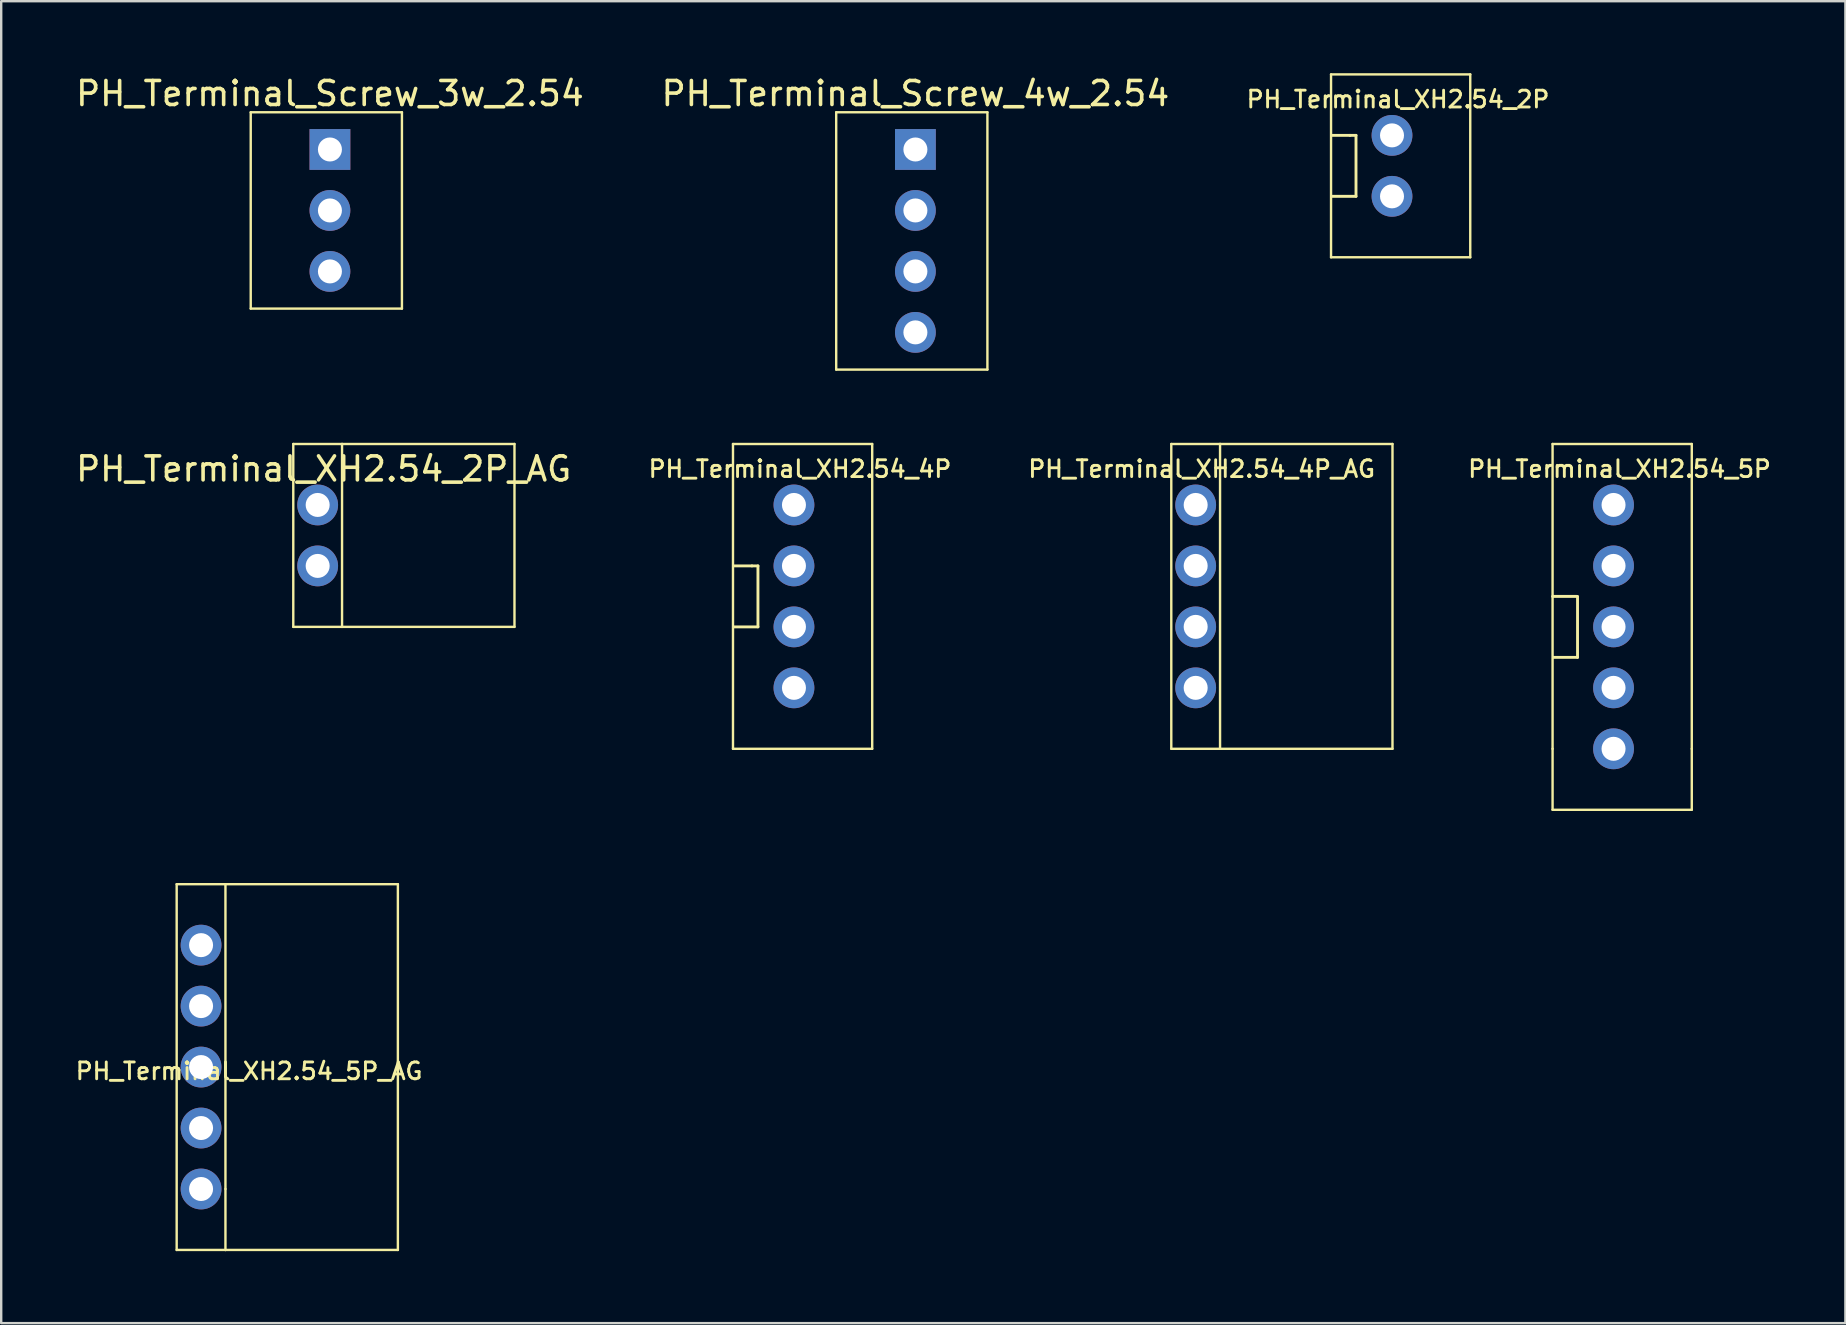
<source format=kicad_pcb>
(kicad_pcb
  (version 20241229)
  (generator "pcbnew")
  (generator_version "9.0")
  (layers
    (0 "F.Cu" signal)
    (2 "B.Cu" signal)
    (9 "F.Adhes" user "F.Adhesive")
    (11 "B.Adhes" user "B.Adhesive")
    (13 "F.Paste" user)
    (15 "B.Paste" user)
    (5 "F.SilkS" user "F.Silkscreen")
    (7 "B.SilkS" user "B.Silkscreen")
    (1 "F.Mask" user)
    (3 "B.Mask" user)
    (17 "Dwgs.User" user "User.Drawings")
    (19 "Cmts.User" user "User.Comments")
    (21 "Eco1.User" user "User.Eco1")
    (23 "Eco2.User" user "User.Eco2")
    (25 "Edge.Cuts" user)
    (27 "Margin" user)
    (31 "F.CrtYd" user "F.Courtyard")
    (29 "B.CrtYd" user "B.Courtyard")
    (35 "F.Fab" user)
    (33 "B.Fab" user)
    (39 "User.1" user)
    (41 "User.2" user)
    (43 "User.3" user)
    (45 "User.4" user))
  (footprint "PH_Terminal_XH2.54_4P"
    (layer "F.Cu")
    (at 30.029 17.988)
    (property "Reference" "PH_Terminal_XH2.54_4P" (at 0.25 -1.5 0) (layer "F.SilkS") (effects (font (size 0.7 0.7) (thickness 0.12))))
    (attr through_hole)
    (fp_line (start -2.54 -2.54) (end 3.26 -2.54) (stroke (width 0.1) (type solid)) (layer "F.SilkS"))
    (fp_line (start -2.54 10.16) (end -2.54 -2.54) (stroke (width 0.1) (type solid)) (layer "F.SilkS"))
    (fp_line (start -2.5 2.54) (end -1.75 2.54) (stroke (width 0.12) (type solid)) (layer "F.SilkS"))
    (fp_line (start -1.75 2.54) (end -1.5 2.54) (stroke (width 0.12) (type solid)) (layer "F.SilkS"))
    (fp_line (start -1.5 2.54) (end -1.5 5.08) (stroke (width 0.12) (type solid)) (layer "F.SilkS"))
    (fp_line (start -1.5 5.08) (end -2.5 5.08) (stroke (width 0.12) (type solid)) (layer "F.SilkS"))
    (fp_line (start 3.26 -2.54) (end 3.26 10.16) (stroke (width 0.1) (type solid)) (layer "F.SilkS"))
    (fp_line (start 3.26 10.16) (end -2.54 10.16) (stroke (width 0.1) (type solid)) (layer "F.SilkS"))
    (pad "1" thru_hole circle (at 0 0) (size 1.7 1.7) (drill 1) (layers "*.Cu" "*.Mask"))
    (pad "2" thru_hole oval (at 0 2.54) (size 1.7 1.7) (drill 1) (layers "*.Cu" "*.Mask"))
    (pad "3" thru_hole oval (at 0 5.08) (size 1.7 1.7) (drill 1) (layers "*.Cu" "*.Mask"))
    (pad "4" thru_hole oval (at 0 7.62) (size 1.7 1.7) (drill 1) (layers "*.Cu" "*.Mask")))
  (footprint "PH_Terminal_Screw_4w_2.54"
    (layer "F.Cu")
    (at 35.089 3.178)
    (property "Reference" "PH_Terminal_Screw_4w_2.54" (at 0 -2.33 0) (layer "F.SilkS") (effects (font (size 1 1) (thickness 0.15))))
    (attr through_hole)
    (fp_line (start -3.3 -1.55) (end 3 -1.55) (stroke (width 0.1) (type solid)) (layer "F.SilkS"))
    (fp_line (start -3.3 9.17) (end -3.3 -1.55) (stroke (width 0.1) (type solid)) (layer "F.SilkS"))
    (fp_line (start 3 -1.55) (end 3 9.17) (stroke (width 0.1) (type solid)) (layer "F.SilkS"))
    (fp_line (start 3 9.17) (end -3.3 9.17) (stroke (width 0.1) (type solid)) (layer "F.SilkS"))
    (pad "1" thru_hole rect (at 0 0) (size 1.7 1.7) (drill 1) (layers "*.Cu" "*.Mask"))
    (pad "2" thru_hole oval (at 0 2.54) (size 1.7 1.7) (drill 1) (layers "*.Cu" "*.Mask"))
    (pad "3" thru_hole oval (at 0 5.08) (size 1.7 1.7) (drill 1) (layers "*.Cu" "*.Mask"))
    (pad "4" thru_hole oval (at 0 7.62) (size 1.7 1.7) (drill 1) (layers "*.Cu" "*.Mask")))
  (footprint "PH_Terminal_XH2.54_4P_AG"
    (layer "F.Cu")
    (at 46.766 17.988)
    (property "Reference" "PH_Terminal_XH2.54_4P_AG" (at 0.25 -1.5 0) (layer "F.SilkS") (effects (font (size 0.7 0.7) (thickness 0.12))))
    (attr through_hole)
    (fp_line (start -1.016 -2.54) (end -1.016 10.16) (stroke (width 0.1) (type solid)) (layer "F.SilkS"))
    (fp_line (start -1.016 10.16) (end 1.016 10.16) (stroke (width 0.1) (type solid)) (layer "F.SilkS"))
    (fp_line (start 1.016 -2.54) (end -1.016 -2.54) (stroke (width 0.1) (type solid)) (layer "F.SilkS"))
    (fp_line (start 1.016 -2.54) (end 8.2 -2.54) (stroke (width 0.1) (type solid)) (layer "F.SilkS"))
    (fp_line (start 1.016 10.16) (end 1.016 -2.54) (stroke (width 0.1) (type solid)) (layer "F.SilkS"))
    (fp_line (start 8.2 -2.54) (end 8.2 10.16) (stroke (width 0.1) (type solid)) (layer "F.SilkS"))
    (fp_line (start 8.2 10.16) (end 1.016 10.16) (stroke (width 0.1) (type solid)) (layer "F.SilkS"))
    (pad "1" thru_hole circle (at 0 0) (size 1.7 1.7) (drill 1) (layers "*.Cu" "*.Mask"))
    (pad "2" thru_hole oval (at 0 2.54) (size 1.7 1.7) (drill 1) (layers "*.Cu" "*.Mask"))
    (pad "3" thru_hole oval (at 0 5.08) (size 1.7 1.7) (drill 1) (layers "*.Cu" "*.Mask"))
    (pad "4" thru_hole oval (at 0 7.62) (size 1.7 1.7) (drill 1) (layers "*.Cu" "*.Mask")))
  (footprint "PH_Terminal_XH2.54_5P"
    (layer "F.Cu")
    (at 64.176 17.988)
    (property "Reference" "PH_Terminal_XH2.54_5P" (at 0.25 -1.5 0) (layer "F.SilkS") (effects (font (size 0.7 0.7) (thickness 0.12))))
    (attr through_hole)
    (fp_line (start -2.54 -2.54) (end 3.26 -2.54) (stroke (width 0.1) (type solid)) (layer "F.SilkS"))
    (fp_line (start -2.54 10.16) (end -2.54 -2.54) (stroke (width 0.1) (type solid)) (layer "F.SilkS"))
    (fp_line (start -2.54 10.16) (end -2.54 12.7) (stroke (width 0.1) (type solid)) (layer "F.SilkS"))
    (fp_line (start -1.524 3.81) (end -2.54 3.81) (stroke (width 0.12) (type solid)) (layer "F.SilkS"))
    (fp_line (start -1.5 3.81) (end -1.5 6.35) (stroke (width 0.12) (type solid)) (layer "F.SilkS"))
    (fp_line (start -1.5 6.35) (end -2.5 6.35) (stroke (width 0.12) (type solid)) (layer "F.SilkS"))
    (fp_line (start 3.26 -2.54) (end 3.26 10.16) (stroke (width 0.1) (type solid)) (layer "F.SilkS"))
    (fp_line (start 3.26 12.7) (end -2.54 12.7) (stroke (width 0.1) (type solid)) (layer "F.SilkS"))
    (fp_line (start 3.26 12.7) (end 3.26 10.16) (stroke (width 0.1) (type solid)) (layer "F.SilkS"))
    (pad "1" thru_hole circle (at 0 0) (size 1.7 1.7) (drill 1) (layers "*.Cu" "*.Mask"))
    (pad "2" thru_hole oval (at 0 2.54) (size 1.7 1.7) (drill 1) (layers "*.Cu" "*.Mask"))
    (pad "3" thru_hole oval (at 0 5.08) (size 1.7 1.7) (drill 1) (layers "*.Cu" "*.Mask"))
    (pad "4" thru_hole oval (at 0 7.62) (size 1.7 1.7) (drill 1) (layers "*.Cu" "*.Mask"))
    (pad "5" thru_hole oval (at 0 10.16) (size 1.7 1.7) (drill 1) (layers "*.Cu" "*.Mask")))
  (footprint "PH_Terminal_XH2.54_2P_AG"
    (layer "F.Cu")
    (at 10.185 17.988)
    (property "Reference" "PH_Terminal_XH2.54_2P_AG" (at 0.25 -1.5 0) (layer "F.SilkS") (effects (font (size 1 1) (thickness 0.15))))
    (attr through_hole)
    (fp_line (start -1.016 -2.54) (end -1.016 5.08) (stroke (width 0.1) (type solid)) (layer "F.SilkS"))
    (fp_line (start -1.016 5.08) (end 1.016 5.08) (stroke (width 0.1) (type solid)) (layer "F.SilkS"))
    (fp_line (start 1.016 -2.54) (end -1.016 -2.54) (stroke (width 0.1) (type solid)) (layer "F.SilkS"))
    (fp_line (start 1.016 -2.54) (end 8.2 -2.54) (stroke (width 0.1) (type solid)) (layer "F.SilkS"))
    (fp_line (start 1.016 5.08) (end 1.016 -2.54) (stroke (width 0.1) (type solid)) (layer "F.SilkS"))
    (fp_line (start 8.2 -2.54) (end 8.2 5.08) (stroke (width 0.1) (type solid)) (layer "F.SilkS"))
    (fp_line (start 8.2 5.08) (end 1.016 5.08) (stroke (width 0.1) (type solid)) (layer "F.SilkS"))
    (pad "1" thru_hole circle (at 0 0) (size 1.7 1.7) (drill 1) (layers "*.Cu" "*.Mask"))
    (pad "2" thru_hole oval (at 0 2.54) (size 1.7 1.7) (drill 1) (layers "*.Cu" "*.Mask")))
  (footprint "PH_Terminal_XH2.54_5P_AG"
    (layer "F.Cu")
    (at 5.327 36.328)
    (property "Reference" "PH_Terminal_XH2.54_5P_AG" (at 2 5.25 0) (layer "F.SilkS") (effects (font (size 0.7 0.7) (thickness 0.12))))
    (attr through_hole)
    (fp_line (start -1.016 -2.54) (end -1.016 12.7) (stroke (width 0.1) (type solid)) (layer "F.SilkS"))
    (fp_line (start -1.016 12.7) (end 1.016 12.7) (stroke (width 0.1) (type solid)) (layer "F.SilkS"))
    (fp_line (start 1.016 -2.54) (end -1.016 -2.54) (stroke (width 0.1) (type solid)) (layer "F.SilkS"))
    (fp_line (start 1.016 -2.54) (end 8.2 -2.54) (stroke (width 0.1) (type solid)) (layer "F.SilkS"))
    (fp_line (start 1.016 10.16) (end 1.016 -2.54) (stroke (width 0.1) (type solid)) (layer "F.SilkS"))
    (fp_line (start 1.016 10.16) (end 1.016 12.7) (stroke (width 0.1) (type solid)) (layer "F.SilkS"))
    (fp_line (start 8.2 -2.54) (end 8.2 12.7) (stroke (width 0.1) (type solid)) (layer "F.SilkS"))
    (fp_line (start 8.2 12.7) (end 1.016 12.7) (stroke (width 0.1) (type solid)) (layer "F.SilkS"))
    (pad "1" thru_hole circle (at 0 0) (size 1.7 1.7) (drill 1) (layers "*.Cu" "*.Mask"))
    (pad "2" thru_hole oval (at 0 2.54) (size 1.7 1.7) (drill 1) (layers "*.Cu" "*.Mask"))
    (pad "3" thru_hole oval (at 0 5.08) (size 1.7 1.7) (drill 1) (layers "*.Cu" "*.Mask"))
    (pad "4" thru_hole oval (at 0 7.62) (size 1.7 1.7) (drill 1) (layers "*.Cu" "*.Mask"))
    (pad "5" thru_hole oval (at 0 10.16) (size 1.7 1.7) (drill 1) (layers "*.Cu" "*.Mask")))
  (footprint "PH_Terminal_Screw_3w_2.54"
    (layer "F.Cu")
    (at 10.696 3.178)
    (property "Reference" "PH_Terminal_Screw_3w_2.54" (at 0 -2.33 0) (layer "F.SilkS") (effects (font (size 1 1) (thickness 0.15))))
    (attr through_hole)
    (fp_line (start -3.3 -1.55) (end 3 -1.55) (stroke (width 0.1) (type solid)) (layer "F.SilkS"))
    (fp_line (start -3.3 6.63) (end -3.3 -1.55) (stroke (width 0.1) (type solid)) (layer "F.SilkS"))
    (fp_line (start 3 -1.55) (end 3 6.63) (stroke (width 0.1) (type solid)) (layer "F.SilkS"))
    (fp_line (start 3 6.63) (end -3.3 6.63) (stroke (width 0.1) (type solid)) (layer "F.SilkS"))
    (pad "1" thru_hole rect (at 0 0) (size 1.7 1.7) (drill 1) (layers "*.Cu" "*.Mask"))
    (pad "2" thru_hole oval (at 0 2.54) (size 1.7 1.7) (drill 1) (layers "*.Cu" "*.Mask"))
    (pad "3" thru_hole oval (at 0 5.08) (size 1.7 1.7) (drill 1) (layers "*.Cu" "*.Mask")))
  (footprint "PH_Terminal_XH2.54_2P"
    (layer "F.Cu")
    (at 54.946 2.59)
    (property "Reference" "PH_Terminal_XH2.54_2P" (at 0.25 -1.5 0) (layer "F.SilkS") (effects (font (size 0.7 0.7) (thickness 0.12))))
    (attr through_hole)
    (fp_line (start -2.54 -2.54) (end 3.26 -2.54) (stroke (width 0.1) (type solid)) (layer "F.SilkS"))
    (fp_line (start -2.54 5.08) (end -2.54 -2.54) (stroke (width 0.1) (type solid)) (layer "F.SilkS"))
    (fp_line (start -2.5 0) (end -1.75 0) (stroke (width 0.12) (type solid)) (layer "F.SilkS"))
    (fp_line (start -1.75 0) (end -1.5 0) (stroke (width 0.12) (type solid)) (layer "F.SilkS"))
    (fp_line (start -1.5 0) (end -1.5 2.54) (stroke (width 0.12) (type solid)) (layer "F.SilkS"))
    (fp_line (start -1.5 2.54) (end -2.5 2.54) (stroke (width 0.12) (type solid)) (layer "F.SilkS"))
    (fp_line (start 3.26 -2.54) (end 3.26 5.08) (stroke (width 0.1) (type solid)) (layer "F.SilkS"))
    (fp_line (start 3.26 5.08) (end -2.54 5.08) (stroke (width 0.1) (type solid)) (layer "F.SilkS"))
    (pad "1" thru_hole circle (at 0 0) (size 1.7 1.7) (drill 1) (layers "*.Cu" "*.Mask"))
    (pad "2" thru_hole oval (at 0 2.54) (size 1.7 1.7) (drill 1) (layers "*.Cu" "*.Mask")))
  (gr_rect
    (start -3 -3)
    (end 73.836 52.078)
    (stroke (width 0.1) (type default))
    (fill no)
    (layer "Edge.Cuts")))
</source>
